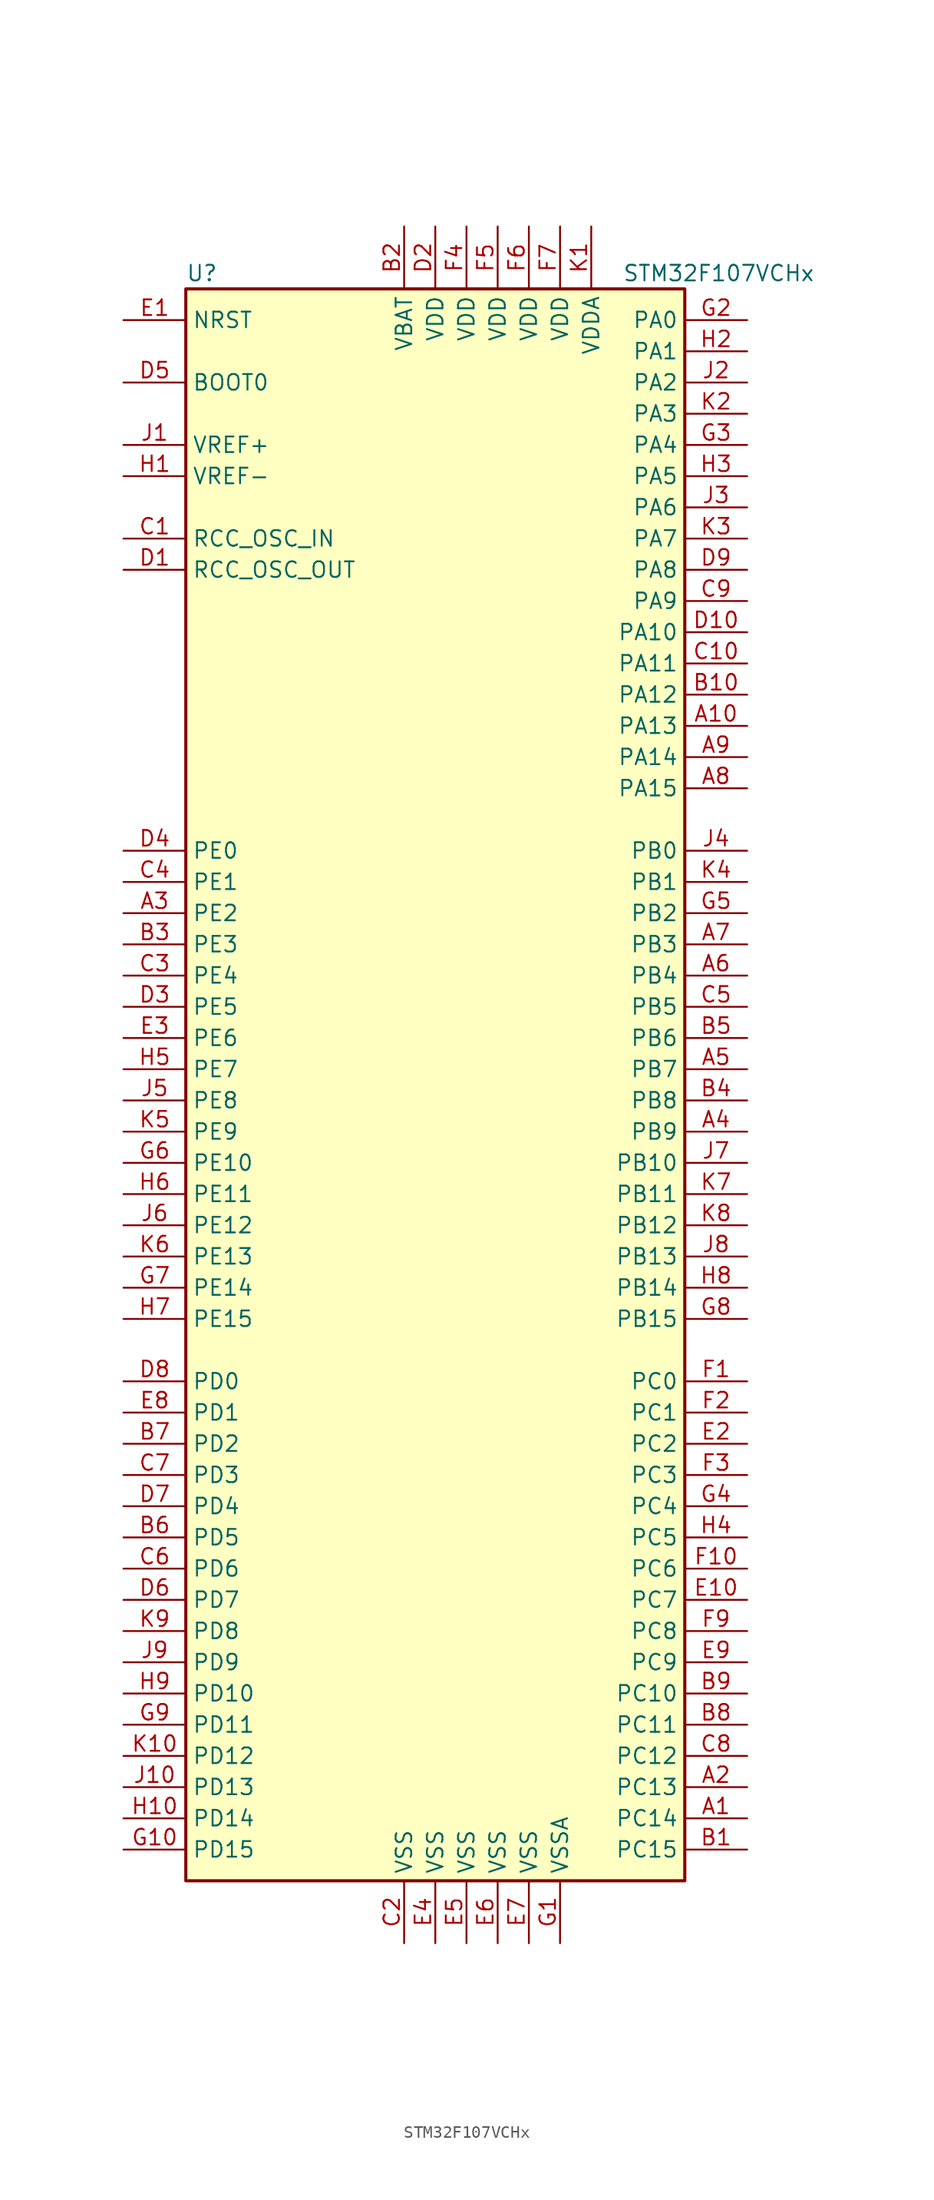
<source format=kicad_sym>
(kicad_symbol_lib
  (version 20211014)
  (generator kicad_symbol_editor)
  (symbol "STM32F107VCHx"
    (property "Reference" "U"
      (at -20.32 64.77 0)
      (effects (font (size 1.27 1.27)) (justify left)))
    (property "Value" "STM32F107VCHx"
      (at 15.24 64.77 0)
      (effects (font (size 1.27 1.27)) (justify left)))
    (symbol "STM32F107VCHx_0_1"
      (rectangle (start -20.32 -66.04) (end 20.32 63.5) (stroke (width 0.254) (type default) (color 0 0 0 0)) (fill (type background))))
    (symbol "STM32F107VCHx_1_1"
      (pin bidirectional line (at 25.4 -60.96 180) (length 5.08) (name "PC14" (effects (font (size 1.27 1.27)))) (number "A1" (effects (font (size 1.27 1.27)))))
      (pin bidirectional line (at 25.4 27.94 180) (length 5.08) (name "PA13" (effects (font (size 1.27 1.27)))) (number "A10" (effects (font (size 1.27 1.27)))))
      (pin bidirectional line (at 25.4 -58.42 180) (length 5.08) (name "PC13" (effects (font (size 1.27 1.27)))) (number "A2" (effects (font (size 1.27 1.27)))))
      (pin bidirectional line (at -25.4 12.7 0) (length 5.08) (name "PE2" (effects (font (size 1.27 1.27)))) (number "A3" (effects (font (size 1.27 1.27)))))
      (pin bidirectional line (at 25.4 -5.08 180) (length 5.08) (name "PB9" (effects (font (size 1.27 1.27)))) (number "A4" (effects (font (size 1.27 1.27)))))
      (pin bidirectional line (at 25.4 0 180) (length 5.08) (name "PB7" (effects (font (size 1.27 1.27)))) (number "A5" (effects (font (size 1.27 1.27)))))
      (pin bidirectional line (at 25.4 7.62 180) (length 5.08) (name "PB4" (effects (font (size 1.27 1.27)))) (number "A6" (effects (font (size 1.27 1.27)))))
      (pin bidirectional line (at 25.4 10.16 180) (length 5.08) (name "PB3" (effects (font (size 1.27 1.27)))) (number "A7" (effects (font (size 1.27 1.27)))))
      (pin bidirectional line (at 25.4 22.86 180) (length 5.08) (name "PA15" (effects (font (size 1.27 1.27)))) (number "A8" (effects (font (size 1.27 1.27)))))
      (pin bidirectional line (at 25.4 25.4 180) (length 5.08) (name "PA14" (effects (font (size 1.27 1.27)))) (number "A9" (effects (font (size 1.27 1.27)))))
      (pin bidirectional line (at 25.4 -63.5 180) (length 5.08) (name "PC15" (effects (font (size 1.27 1.27)))) (number "B1" (effects (font (size 1.27 1.27)))))
      (pin bidirectional line (at 25.4 30.48 180) (length 5.08) (name "PA12" (effects (font (size 1.27 1.27)))) (number "B10" (effects (font (size 1.27 1.27)))))
      (pin power_in line (at -2.54 68.58 270) (length 5.08) (name "VBAT" (effects (font (size 1.27 1.27)))) (number "B2" (effects (font (size 1.27 1.27)))))
      (pin bidirectional line (at -25.4 10.16 0) (length 5.08) (name "PE3" (effects (font (size 1.27 1.27)))) (number "B3" (effects (font (size 1.27 1.27)))))
      (pin bidirectional line (at 25.4 -2.54 180) (length 5.08) (name "PB8" (effects (font (size 1.27 1.27)))) (number "B4" (effects (font (size 1.27 1.27)))))
      (pin bidirectional line (at 25.4 2.54 180) (length 5.08) (name "PB6" (effects (font (size 1.27 1.27)))) (number "B5" (effects (font (size 1.27 1.27)))))
      (pin bidirectional line (at -25.4 -38.1 0) (length 5.08) (name "PD5" (effects (font (size 1.27 1.27)))) (number "B6" (effects (font (size 1.27 1.27)))))
      (pin bidirectional line (at -25.4 -30.48 0) (length 5.08) (name "PD2" (effects (font (size 1.27 1.27)))) (number "B7" (effects (font (size 1.27 1.27)))))
      (pin bidirectional line (at 25.4 -53.34 180) (length 5.08) (name "PC11" (effects (font (size 1.27 1.27)))) (number "B8" (effects (font (size 1.27 1.27)))))
      (pin bidirectional line (at 25.4 -50.8 180) (length 5.08) (name "PC10" (effects (font (size 1.27 1.27)))) (number "B9" (effects (font (size 1.27 1.27)))))
      (pin input line (at -25.4 43.18 0) (length 5.08) (name "RCC_OSC_IN" (effects (font (size 1.27 1.27)))) (number "C1" (effects (font (size 1.27 1.27)))))
      (pin bidirectional line (at 25.4 33.02 180) (length 5.08) (name "PA11" (effects (font (size 1.27 1.27)))) (number "C10" (effects (font (size 1.27 1.27)))))
      (pin power_in line (at -2.54 -71.12 90) (length 5.08) (name "VSS" (effects (font (size 1.27 1.27)))) (number "C2" (effects (font (size 1.27 1.27)))))
      (pin bidirectional line (at -25.4 7.62 0) (length 5.08) (name "PE4" (effects (font (size 1.27 1.27)))) (number "C3" (effects (font (size 1.27 1.27)))))
      (pin bidirectional line (at -25.4 15.24 0) (length 5.08) (name "PE1" (effects (font (size 1.27 1.27)))) (number "C4" (effects (font (size 1.27 1.27)))))
      (pin bidirectional line (at 25.4 5.08 180) (length 5.08) (name "PB5" (effects (font (size 1.27 1.27)))) (number "C5" (effects (font (size 1.27 1.27)))))
      (pin bidirectional line (at -25.4 -40.64 0) (length 5.08) (name "PD6" (effects (font (size 1.27 1.27)))) (number "C6" (effects (font (size 1.27 1.27)))))
      (pin bidirectional line (at -25.4 -33.02 0) (length 5.08) (name "PD3" (effects (font (size 1.27 1.27)))) (number "C7" (effects (font (size 1.27 1.27)))))
      (pin bidirectional line (at 25.4 -55.88 180) (length 5.08) (name "PC12" (effects (font (size 1.27 1.27)))) (number "C8" (effects (font (size 1.27 1.27)))))
      (pin bidirectional line (at 25.4 38.1 180) (length 5.08) (name "PA9" (effects (font (size 1.27 1.27)))) (number "C9" (effects (font (size 1.27 1.27)))))
      (pin input line (at -25.4 40.64 0) (length 5.08) (name "RCC_OSC_OUT" (effects (font (size 1.27 1.27)))) (number "D1" (effects (font (size 1.27 1.27)))))
      (pin bidirectional line (at 25.4 35.56 180) (length 5.08) (name "PA10" (effects (font (size 1.27 1.27)))) (number "D10" (effects (font (size 1.27 1.27)))))
      (pin power_in line (at 0 68.58 270) (length 5.08) (name "VDD" (effects (font (size 1.27 1.27)))) (number "D2" (effects (font (size 1.27 1.27)))))
      (pin bidirectional line (at -25.4 5.08 0) (length 5.08) (name "PE5" (effects (font (size 1.27 1.27)))) (number "D3" (effects (font (size 1.27 1.27)))))
      (pin bidirectional line (at -25.4 17.78 0) (length 5.08) (name "PE0" (effects (font (size 1.27 1.27)))) (number "D4" (effects (font (size 1.27 1.27)))))
      (pin input line (at -25.4 55.88 0) (length 5.08) (name "BOOT0" (effects (font (size 1.27 1.27)))) (number "D5" (effects (font (size 1.27 1.27)))))
      (pin bidirectional line (at -25.4 -43.18 0) (length 5.08) (name "PD7" (effects (font (size 1.27 1.27)))) (number "D6" (effects (font (size 1.27 1.27)))))
      (pin bidirectional line (at -25.4 -35.56 0) (length 5.08) (name "PD4" (effects (font (size 1.27 1.27)))) (number "D7" (effects (font (size 1.27 1.27)))))
      (pin bidirectional line (at -25.4 -25.4 0) (length 5.08) (name "PD0" (effects (font (size 1.27 1.27)))) (number "D8" (effects (font (size 1.27 1.27)))))
      (pin bidirectional line (at 25.4 40.64 180) (length 5.08) (name "PA8" (effects (font (size 1.27 1.27)))) (number "D9" (effects (font (size 1.27 1.27)))))
      (pin input line (at -25.4 60.96 0) (length 5.08) (name "NRST" (effects (font (size 1.27 1.27)))) (number "E1" (effects (font (size 1.27 1.27)))))
      (pin bidirectional line (at 25.4 -43.18 180) (length 5.08) (name "PC7" (effects (font (size 1.27 1.27)))) (number "E10" (effects (font (size 1.27 1.27)))))
      (pin bidirectional line (at 25.4 -30.48 180) (length 5.08) (name "PC2" (effects (font (size 1.27 1.27)))) (number "E2" (effects (font (size 1.27 1.27)))))
      (pin bidirectional line (at -25.4 2.54 0) (length 5.08) (name "PE6" (effects (font (size 1.27 1.27)))) (number "E3" (effects (font (size 1.27 1.27)))))
      (pin power_in line (at 0 -71.12 90) (length 5.08) (name "VSS" (effects (font (size 1.27 1.27)))) (number "E4" (effects (font (size 1.27 1.27)))))
      (pin power_in line (at 2.54 -71.12 90) (length 5.08) (name "VSS" (effects (font (size 1.27 1.27)))) (number "E5" (effects (font (size 1.27 1.27)))))
      (pin power_in line (at 5.08 -71.12 90) (length 5.08) (name "VSS" (effects (font (size 1.27 1.27)))) (number "E6" (effects (font (size 1.27 1.27)))))
      (pin power_in line (at 7.62 -71.12 90) (length 5.08) (name "VSS" (effects (font (size 1.27 1.27)))) (number "E7" (effects (font (size 1.27 1.27)))))
      (pin bidirectional line (at -25.4 -27.94 0) (length 5.08) (name "PD1" (effects (font (size 1.27 1.27)))) (number "E8" (effects (font (size 1.27 1.27)))))
      (pin bidirectional line (at 25.4 -48.26 180) (length 5.08) (name "PC9" (effects (font (size 1.27 1.27)))) (number "E9" (effects (font (size 1.27 1.27)))))
      (pin bidirectional line (at 25.4 -25.4 180) (length 5.08) (name "PC0" (effects (font (size 1.27 1.27)))) (number "F1" (effects (font (size 1.27 1.27)))))
      (pin bidirectional line (at 25.4 -40.64 180) (length 5.08) (name "PC6" (effects (font (size 1.27 1.27)))) (number "F10" (effects (font (size 1.27 1.27)))))
      (pin bidirectional line (at 25.4 -27.94 180) (length 5.08) (name "PC1" (effects (font (size 1.27 1.27)))) (number "F2" (effects (font (size 1.27 1.27)))))
      (pin bidirectional line (at 25.4 -33.02 180) (length 5.08) (name "PC3" (effects (font (size 1.27 1.27)))) (number "F3" (effects (font (size 1.27 1.27)))))
      (pin power_in line (at 2.54 68.58 270) (length 5.08) (name "VDD" (effects (font (size 1.27 1.27)))) (number "F4" (effects (font (size 1.27 1.27)))))
      (pin power_in line (at 5.08 68.58 270) (length 5.08) (name "VDD" (effects (font (size 1.27 1.27)))) (number "F5" (effects (font (size 1.27 1.27)))))
      (pin power_in line (at 7.62 68.58 270) (length 5.08) (name "VDD" (effects (font (size 1.27 1.27)))) (number "F6" (effects (font (size 1.27 1.27)))))
      (pin power_in line (at 10.16 68.58 270) (length 5.08) (name "VDD" (effects (font (size 1.27 1.27)))) (number "F7" (effects (font (size 1.27 1.27)))))
      (pin no_connect line (at -20.32 -63.5 0) (length 5.08) hide (name "NC" (effects (font (size 1.27 1.27)))) (number "F8" (effects (font (size 1.27 1.27)))))
      (pin bidirectional line (at 25.4 -45.72 180) (length 5.08) (name "PC8" (effects (font (size 1.27 1.27)))) (number "F9" (effects (font (size 1.27 1.27)))))
      (pin power_in line (at 10.16 -71.12 90) (length 5.08) (name "VSSA" (effects (font (size 1.27 1.27)))) (number "G1" (effects (font (size 1.27 1.27)))))
      (pin bidirectional line (at -25.4 -63.5 0) (length 5.08) (name "PD15" (effects (font (size 1.27 1.27)))) (number "G10" (effects (font (size 1.27 1.27)))))
      (pin bidirectional line (at 25.4 60.96 180) (length 5.08) (name "PA0" (effects (font (size 1.27 1.27)))) (number "G2" (effects (font (size 1.27 1.27)))))
      (pin bidirectional line (at 25.4 50.8 180) (length 5.08) (name "PA4" (effects (font (size 1.27 1.27)))) (number "G3" (effects (font (size 1.27 1.27)))))
      (pin bidirectional line (at 25.4 -35.56 180) (length 5.08) (name "PC4" (effects (font (size 1.27 1.27)))) (number "G4" (effects (font (size 1.27 1.27)))))
      (pin bidirectional line (at 25.4 12.7 180) (length 5.08) (name "PB2" (effects (font (size 1.27 1.27)))) (number "G5" (effects (font (size 1.27 1.27)))))
      (pin bidirectional line (at -25.4 -7.62 0) (length 5.08) (name "PE10" (effects (font (size 1.27 1.27)))) (number "G6" (effects (font (size 1.27 1.27)))))
      (pin bidirectional line (at -25.4 -17.78 0) (length 5.08) (name "PE14" (effects (font (size 1.27 1.27)))) (number "G7" (effects (font (size 1.27 1.27)))))
      (pin bidirectional line (at 25.4 -20.32 180) (length 5.08) (name "PB15" (effects (font (size 1.27 1.27)))) (number "G8" (effects (font (size 1.27 1.27)))))
      (pin bidirectional line (at -25.4 -53.34 0) (length 5.08) (name "PD11" (effects (font (size 1.27 1.27)))) (number "G9" (effects (font (size 1.27 1.27)))))
      (pin power_in line (at -25.4 48.26 0) (length 5.08) (name "VREF-" (effects (font (size 1.27 1.27)))) (number "H1" (effects (font (size 1.27 1.27)))))
      (pin bidirectional line (at -25.4 -60.96 0) (length 5.08) (name "PD14" (effects (font (size 1.27 1.27)))) (number "H10" (effects (font (size 1.27 1.27)))))
      (pin bidirectional line (at 25.4 58.42 180) (length 5.08) (name "PA1" (effects (font (size 1.27 1.27)))) (number "H2" (effects (font (size 1.27 1.27)))))
      (pin bidirectional line (at 25.4 48.26 180) (length 5.08) (name "PA5" (effects (font (size 1.27 1.27)))) (number "H3" (effects (font (size 1.27 1.27)))))
      (pin bidirectional line (at 25.4 -38.1 180) (length 5.08) (name "PC5" (effects (font (size 1.27 1.27)))) (number "H4" (effects (font (size 1.27 1.27)))))
      (pin bidirectional line (at -25.4 0 0) (length 5.08) (name "PE7" (effects (font (size 1.27 1.27)))) (number "H5" (effects (font (size 1.27 1.27)))))
      (pin bidirectional line (at -25.4 -10.16 0) (length 5.08) (name "PE11" (effects (font (size 1.27 1.27)))) (number "H6" (effects (font (size 1.27 1.27)))))
      (pin bidirectional line (at -25.4 -20.32 0) (length 5.08) (name "PE15" (effects (font (size 1.27 1.27)))) (number "H7" (effects (font (size 1.27 1.27)))))
      (pin bidirectional line (at 25.4 -17.78 180) (length 5.08) (name "PB14" (effects (font (size 1.27 1.27)))) (number "H8" (effects (font (size 1.27 1.27)))))
      (pin bidirectional line (at -25.4 -50.8 0) (length 5.08) (name "PD10" (effects (font (size 1.27 1.27)))) (number "H9" (effects (font (size 1.27 1.27)))))
      (pin power_in line (at -25.4 50.8 0) (length 5.08) (name "VREF+" (effects (font (size 1.27 1.27)))) (number "J1" (effects (font (size 1.27 1.27)))))
      (pin bidirectional line (at -25.4 -58.42 0) (length 5.08) (name "PD13" (effects (font (size 1.27 1.27)))) (number "J10" (effects (font (size 1.27 1.27)))))
      (pin bidirectional line (at 25.4 55.88 180) (length 5.08) (name "PA2" (effects (font (size 1.27 1.27)))) (number "J2" (effects (font (size 1.27 1.27)))))
      (pin bidirectional line (at 25.4 45.72 180) (length 5.08) (name "PA6" (effects (font (size 1.27 1.27)))) (number "J3" (effects (font (size 1.27 1.27)))))
      (pin bidirectional line (at 25.4 17.78 180) (length 5.08) (name "PB0" (effects (font (size 1.27 1.27)))) (number "J4" (effects (font (size 1.27 1.27)))))
      (pin bidirectional line (at -25.4 -2.54 0) (length 5.08) (name "PE8" (effects (font (size 1.27 1.27)))) (number "J5" (effects (font (size 1.27 1.27)))))
      (pin bidirectional line (at -25.4 -12.7 0) (length 5.08) (name "PE12" (effects (font (size 1.27 1.27)))) (number "J6" (effects (font (size 1.27 1.27)))))
      (pin bidirectional line (at 25.4 -7.62 180) (length 5.08) (name "PB10" (effects (font (size 1.27 1.27)))) (number "J7" (effects (font (size 1.27 1.27)))))
      (pin bidirectional line (at 25.4 -15.24 180) (length 5.08) (name "PB13" (effects (font (size 1.27 1.27)))) (number "J8" (effects (font (size 1.27 1.27)))))
      (pin bidirectional line (at -25.4 -48.26 0) (length 5.08) (name "PD9" (effects (font (size 1.27 1.27)))) (number "J9" (effects (font (size 1.27 1.27)))))
      (pin power_in line (at 12.7 68.58 270) (length 5.08) (name "VDDA" (effects (font (size 1.27 1.27)))) (number "K1" (effects (font (size 1.27 1.27)))))
      (pin bidirectional line (at -25.4 -55.88 0) (length 5.08) (name "PD12" (effects (font (size 1.27 1.27)))) (number "K10" (effects (font (size 1.27 1.27)))))
      (pin bidirectional line (at 25.4 53.34 180) (length 5.08) (name "PA3" (effects (font (size 1.27 1.27)))) (number "K2" (effects (font (size 1.27 1.27)))))
      (pin bidirectional line (at 25.4 43.18 180) (length 5.08) (name "PA7" (effects (font (size 1.27 1.27)))) (number "K3" (effects (font (size 1.27 1.27)))))
      (pin bidirectional line (at 25.4 15.24 180) (length 5.08) (name "PB1" (effects (font (size 1.27 1.27)))) (number "K4" (effects (font (size 1.27 1.27)))))
      (pin bidirectional line (at -25.4 -5.08 0) (length 5.08) (name "PE9" (effects (font (size 1.27 1.27)))) (number "K5" (effects (font (size 1.27 1.27)))))
      (pin bidirectional line (at -25.4 -15.24 0) (length 5.08) (name "PE13" (effects (font (size 1.27 1.27)))) (number "K6" (effects (font (size 1.27 1.27)))))
      (pin bidirectional line (at 25.4 -10.16 180) (length 5.08) (name "PB11" (effects (font (size 1.27 1.27)))) (number "K7" (effects (font (size 1.27 1.27)))))
      (pin bidirectional line (at 25.4 -12.7 180) (length 5.08) (name "PB12" (effects (font (size 1.27 1.27)))) (number "K8" (effects (font (size 1.27 1.27)))))
      (pin bidirectional line (at -25.4 -45.72 0) (length 5.08) (name "PD8" (effects (font (size 1.27 1.27)))) (number "K9" (effects (font (size 1.27 1.27))))))))
</source>
